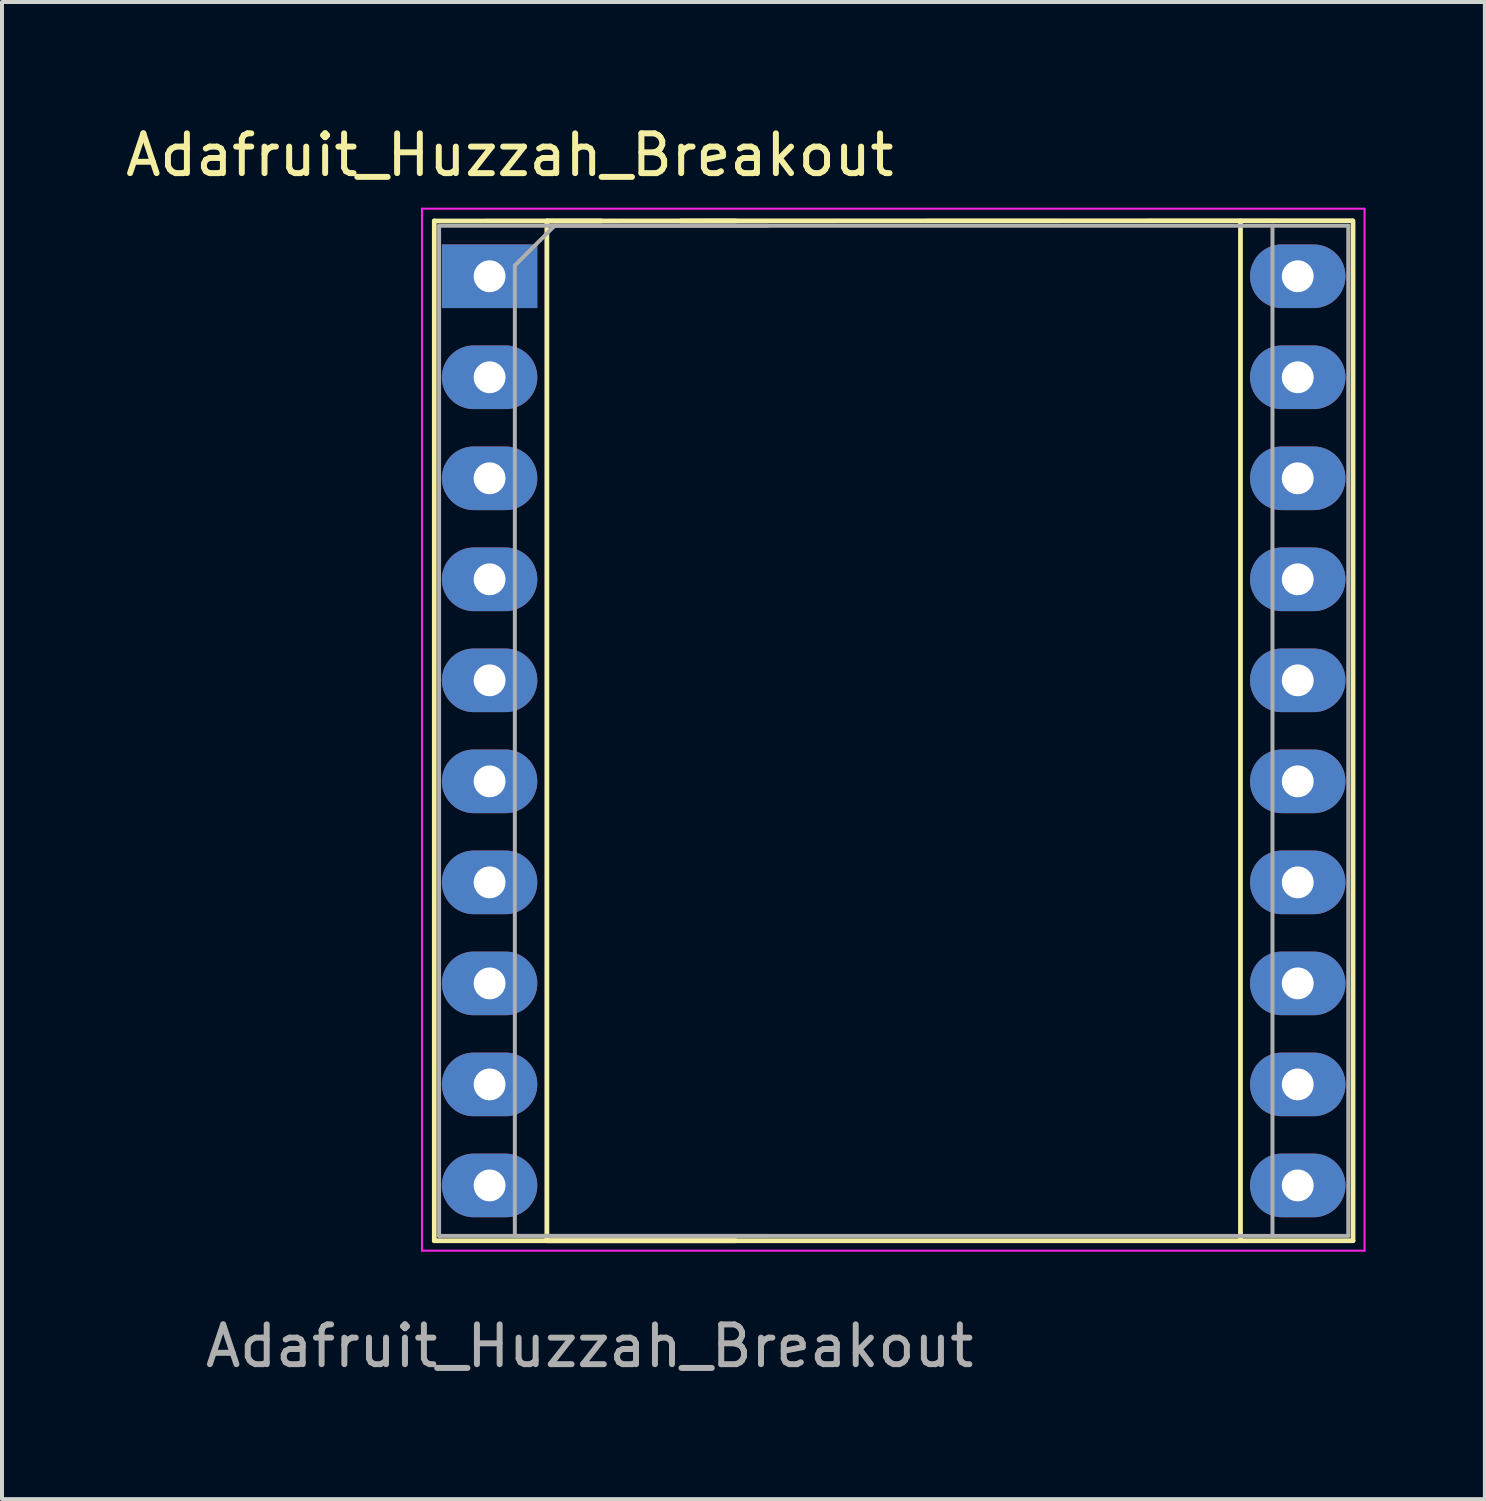
<source format=kicad_pcb>
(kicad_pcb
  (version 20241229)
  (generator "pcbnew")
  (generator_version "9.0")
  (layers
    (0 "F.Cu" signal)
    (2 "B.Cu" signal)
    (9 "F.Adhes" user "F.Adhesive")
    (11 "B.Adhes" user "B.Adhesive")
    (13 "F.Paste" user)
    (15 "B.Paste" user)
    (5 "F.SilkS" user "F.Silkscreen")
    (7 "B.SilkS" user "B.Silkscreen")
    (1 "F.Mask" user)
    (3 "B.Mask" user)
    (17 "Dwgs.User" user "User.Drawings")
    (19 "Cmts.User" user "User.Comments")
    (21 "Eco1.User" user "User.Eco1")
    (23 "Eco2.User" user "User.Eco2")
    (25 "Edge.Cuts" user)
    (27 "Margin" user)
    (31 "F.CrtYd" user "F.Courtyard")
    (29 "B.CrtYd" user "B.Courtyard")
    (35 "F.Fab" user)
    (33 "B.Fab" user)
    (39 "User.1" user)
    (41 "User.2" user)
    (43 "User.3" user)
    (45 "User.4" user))
  (footprint "Adafruit_Huzzah_Breakout"
    (layer "F.Cu")
    (at 9.26 3.896)
    (property "Reference" "Adafruit_Huzzah_Breakout" (at 0.508 -3.048 0) (layer "F.SilkS") (effects (font (size 1 1) (thickness 0.15))))
    (attr through_hole)
    (fp_line (start -1.39 -1.39) (end -1.39 24.25) (stroke (width 0.12) (type solid)) (layer "F.SilkS"))
    (fp_line (start -1.39 24.25) (end 21.71 24.25) (stroke (width 0.12) (type solid)) (layer "F.SilkS"))
    (fp_line (start 1.44 -1.39) (end 1.44 24.25) (stroke (width 0.12) (type solid)) (layer "F.SilkS"))
    (fp_line (start 1.44 24.25) (end 6.18 24.25) (stroke (width 0.12) (type solid)) (layer "F.SilkS"))
    (fp_line (start 2.81 -1.39) (end 1.44 -1.39) (stroke (width 0.12) (type solid)) (layer "F.SilkS"))
    (fp_line (start 6.18 -1.39) (end 4.81 -1.39) (stroke (width 0.12) (type solid)) (layer "F.SilkS"))
    (fp_line (start 18.88 24.25) (end 18.88 -1.39) (stroke (width 0.12) (type solid)) (layer "F.SilkS"))
    (fp_line (start 21.692 -1.397) (end -1.39 -1.39) (stroke (width 0.12) (type solid)) (layer "F.SilkS"))
    (fp_line (start 21.71 24.25) (end 21.71 -1.39) (stroke (width 0.12) (type solid)) (layer "F.SilkS"))
    (fp_line (start -1.7 -1.7) (end -1.7 24.5) (stroke (width 0.05) (type solid)) (layer "F.CrtYd"))
    (fp_line (start -1.7 24.5) (end 22 24.5) (stroke (width 0.05) (type solid)) (layer "F.CrtYd"))
    (fp_line (start 21.996 -1.7) (end -1.7 -1.7) (stroke (width 0.05) (type solid)) (layer "F.CrtYd"))
    (fp_line (start 22 24.5) (end 22 -1.7) (stroke (width 0.05) (type solid)) (layer "F.CrtYd"))
    (fp_line (start -1.27 -1.27) (end -1.27 24.13) (stroke (width 0.1) (type solid)) (layer "F.Fab"))
    (fp_line (start -1.27 24.13) (end 21.59 24.13) (stroke (width 0.1) (type solid)) (layer "F.Fab"))
    (fp_line (start 0.635 -0.27) (end 1.635 -1.27) (stroke (width 0.1) (type solid)) (layer "F.Fab"))
    (fp_line (start 0.635 24.13) (end 0.635 -0.27) (stroke (width 0.1) (type solid)) (layer "F.Fab"))
    (fp_line (start 1.635 -1.27) (end 6.985 -1.27) (stroke (width 0.1) (type solid)) (layer "F.Fab"))
    (fp_line (start 6.985 24.13) (end 0.635 24.13) (stroke (width 0.1) (type solid)) (layer "F.Fab"))
    (fp_line (start 19.685 -1.27) (end 19.685 24.13) (stroke (width 0.1) (type solid)) (layer "F.Fab"))
    (fp_line (start 21.59 -1.27) (end -1.27 -1.27) (stroke (width 0.1) (type solid)) (layer "F.Fab"))
    (fp_line (start 21.59 24.13) (end 21.59 -1.27) (stroke (width 0.1) (type solid)) (layer "F.Fab"))
    (fp_text user "${REFERENCE}" (at 2.515 26.899 0) (layer "F.Fab") (effects (font (size 1 1) (thickness 0.15))))
    (pad "1" thru_hole rect (at 0 0) (size 2.4 1.6) (drill 0.8) (layers "*.Cu" "*.Mask"))
    (pad "2" thru_hole oval (at 0 2.54) (size 2.4 1.6) (drill 0.8) (layers "*.Cu" "*.Mask"))
    (pad "3" thru_hole oval (at 0 5.08) (size 2.4 1.6) (drill 0.8) (layers "*.Cu" "*.Mask"))
    (pad "4" thru_hole oval (at 0 7.62) (size 2.4 1.6) (drill 0.8) (layers "*.Cu" "*.Mask"))
    (pad "5" thru_hole oval (at 0 10.16) (size 2.4 1.6) (drill 0.8) (layers "*.Cu" "*.Mask"))
    (pad "6" thru_hole oval (at 0 12.7) (size 2.4 1.6) (drill 0.8) (layers "*.Cu" "*.Mask"))
    (pad "7" thru_hole oval (at 0 15.24) (size 2.4 1.6) (drill 0.8) (layers "*.Cu" "*.Mask"))
    (pad "8" thru_hole oval (at 0 17.78) (size 2.4 1.6) (drill 0.8) (layers "*.Cu" "*.Mask"))
    (pad "9" thru_hole oval (at 0 20.32) (size 2.4 1.6) (drill 0.8) (layers "*.Cu" "*.Mask"))
    (pad "10" thru_hole oval (at 0 22.86) (size 2.4 1.6) (drill 0.8) (layers "*.Cu" "*.Mask"))
    (pad "11" thru_hole oval (at 20.32 22.86) (size 2.4 1.6) (drill 0.8) (layers "*.Cu" "*.Mask"))
    (pad "12" thru_hole oval (at 20.32 20.32) (size 2.4 1.6) (drill 0.8) (layers "*.Cu" "*.Mask"))
    (pad "13" thru_hole oval (at 20.32 17.78) (size 2.4 1.6) (drill 0.8) (layers "*.Cu" "*.Mask"))
    (pad "14" thru_hole oval (at 20.32 15.24) (size 2.4 1.6) (drill 0.8) (layers "*.Cu" "*.Mask"))
    (pad "15" thru_hole oval (at 20.32 12.7) (size 2.4 1.6) (drill 0.8) (layers "*.Cu" "*.Mask"))
    (pad "16" thru_hole oval (at 20.32 10.16) (size 2.4 1.6) (drill 0.8) (layers "*.Cu" "*.Mask"))
    (pad "17" thru_hole oval (at 20.32 7.62) (size 2.4 1.6) (drill 0.8) (layers "*.Cu" "*.Mask"))
    (pad "18" thru_hole oval (at 20.32 5.08) (size 2.4 1.6) (drill 0.8) (layers "*.Cu" "*.Mask"))
    (pad "19" thru_hole oval (at 20.32 2.54) (size 2.4 1.6) (drill 0.8) (layers "*.Cu" "*.Mask"))
    (pad "20" thru_hole oval (at 20.32 0) (size 2.4 1.6) (drill 0.8) (layers "*.Cu" "*.Mask")))
  (gr_rect
    (start -3 -3)
    (end 34.285 34.643)
    (stroke (width 0.1) (type default))
    (fill no)
    (layer "Edge.Cuts")))
</source>
